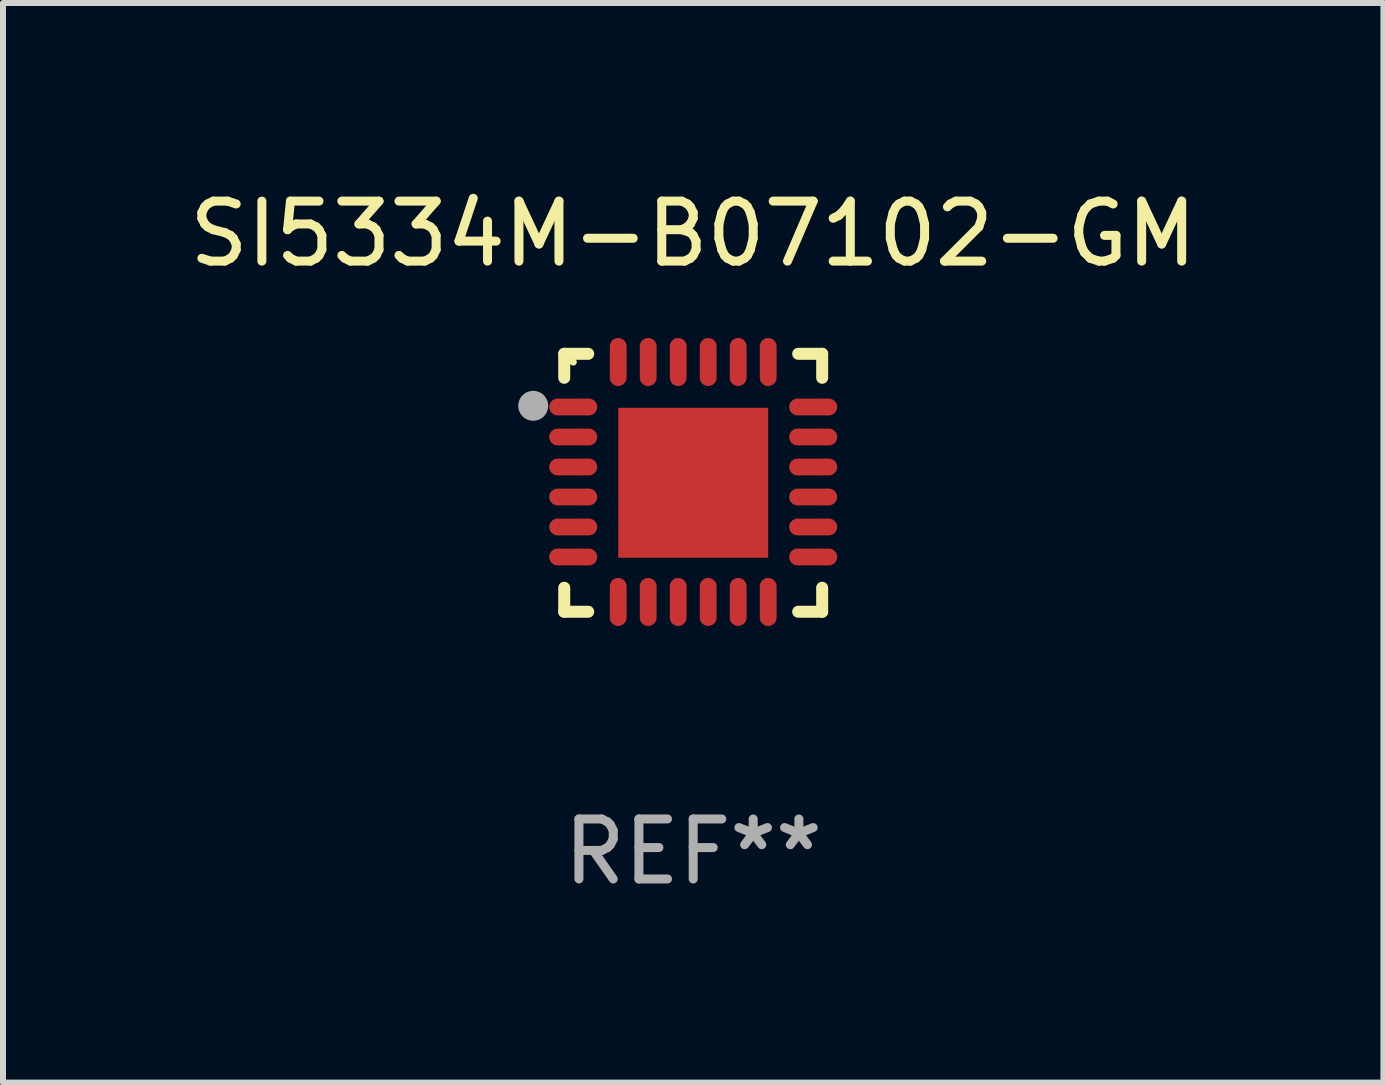
<source format=kicad_pcb>
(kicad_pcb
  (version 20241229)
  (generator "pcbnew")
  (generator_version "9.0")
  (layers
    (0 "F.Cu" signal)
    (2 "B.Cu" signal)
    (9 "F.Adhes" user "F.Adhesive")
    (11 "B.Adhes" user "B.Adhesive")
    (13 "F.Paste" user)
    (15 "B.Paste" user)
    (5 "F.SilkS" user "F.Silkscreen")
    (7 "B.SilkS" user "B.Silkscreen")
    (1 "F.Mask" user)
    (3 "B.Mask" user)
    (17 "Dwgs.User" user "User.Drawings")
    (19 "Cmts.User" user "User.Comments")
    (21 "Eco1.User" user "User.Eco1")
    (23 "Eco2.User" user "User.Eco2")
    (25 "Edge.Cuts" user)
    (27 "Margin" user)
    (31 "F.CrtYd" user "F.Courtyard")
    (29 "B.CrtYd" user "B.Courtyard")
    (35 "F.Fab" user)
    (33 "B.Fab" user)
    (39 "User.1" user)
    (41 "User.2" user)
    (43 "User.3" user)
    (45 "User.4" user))
  (footprint "SI5334M-B07102-GM"
    (layer "F.Cu")
    (at 8.506 4.998)
    (property "Reference" "SI5334M-B07102-GM" (at 0 -4.15 0) (layer "F.SilkS") (effects (font (size 1 1) (thickness 0.15))))
    (attr through_hole)
    (fp_line (start -2.15 -2.15) (end -1.75 -2.15) (stroke (width 0.2) (type solid)) (layer "F.SilkS"))
    (fp_line (start -2.15 -1.75) (end -2.15 -2.15) (stroke (width 0.2) (type solid)) (layer "F.SilkS"))
    (fp_line (start -2.15 2.15) (end -2.15 1.75) (stroke (width 0.2) (type solid)) (layer "F.SilkS"))
    (fp_line (start -1.75 2.15) (end -2.15 2.15) (stroke (width 0.2) (type solid)) (layer "F.SilkS"))
    (fp_line (start 1.75 -2.15) (end 2.15 -2.15) (stroke (width 0.2) (type solid)) (layer "F.SilkS"))
    (fp_line (start 1.75 2.15) (end 2.15 2.15) (stroke (width 0.2) (type solid)) (layer "F.SilkS"))
    (fp_line (start 2.15 -2.15) (end 2.15 -1.75) (stroke (width 0.2) (type solid)) (layer "F.SilkS"))
    (fp_line (start 2.15 2.15) (end 2.15 1.75) (stroke (width 0.2) (type solid)) (layer "F.SilkS"))
    (fp_circle (center -2 -2.013) (end -1.97 -2.013) (stroke (width 0.06) (type solid)) (fill no) (layer "F.SilkS"))
    (fp_circle (center -2.667 -1.283) (end -2.542 -1.283) (stroke (width 0.25) (type solid)) (fill no) (layer "F.Fab"))
    (fp_text user "REF**" (at 0 6.15 0) (layer "F.Fab") (effects (font (size 1 1) (thickness 0.15))))
    (pad "1" smd oval (at -2 -1.263) (size 0.8 0.28) (layers "F.Cu" "F.Mask" "F.Paste"))
    (pad "2" smd oval (at -2 -0.763) (size 0.8 0.28) (layers "F.Cu" "F.Mask" "F.Paste"))
    (pad "3" smd oval (at -2 -0.263) (size 0.8 0.28) (layers "F.Cu" "F.Mask" "F.Paste"))
    (pad "4" smd oval (at -2 0.237) (size 0.8 0.28) (layers "F.Cu" "F.Mask" "F.Paste"))
    (pad "5" smd oval (at -2 0.737) (size 0.8 0.28) (layers "F.Cu" "F.Mask" "F.Paste"))
    (pad "6" smd oval (at -2 1.237) (size 0.8 0.28) (layers "F.Cu" "F.Mask" "F.Paste"))
    (pad "7" smd oval (at -1.25 1.987) (size 0.28 0.8) (layers "F.Cu" "F.Mask" "F.Paste"))
    (pad "8" smd oval (at -0.75 1.987) (size 0.28 0.8) (layers "F.Cu" "F.Mask" "F.Paste"))
    (pad "9" smd oval (at -0.25 1.987) (size 0.28 0.8) (layers "F.Cu" "F.Mask" "F.Paste"))
    (pad "10" smd oval (at 0.25 1.987) (size 0.28 0.8) (layers "F.Cu" "F.Mask" "F.Paste"))
    (pad "11" smd oval (at 0.75 1.987) (size 0.28 0.8) (layers "F.Cu" "F.Mask" "F.Paste"))
    (pad "12" smd oval (at 1.25 1.987) (size 0.28 0.8) (layers "F.Cu" "F.Mask" "F.Paste"))
    (pad "13" smd oval (at 2 1.237) (size 0.8 0.28) (layers "F.Cu" "F.Mask" "F.Paste"))
    (pad "14" smd oval (at 2 0.737) (size 0.8 0.28) (layers "F.Cu" "F.Mask" "F.Paste"))
    (pad "15" smd oval (at 2 0.237) (size 0.8 0.28) (layers "F.Cu" "F.Mask" "F.Paste"))
    (pad "16" smd oval (at 2 -0.263) (size 0.8 0.28) (layers "F.Cu" "F.Mask" "F.Paste"))
    (pad "17" smd oval (at 2 -0.763) (size 0.8 0.28) (layers "F.Cu" "F.Mask" "F.Paste"))
    (pad "18" smd oval (at 2 -1.263) (size 0.8 0.28) (layers "F.Cu" "F.Mask" "F.Paste"))
    (pad "19" smd oval (at 1.25 -2.013) (size 0.28 0.8) (layers "F.Cu" "F.Mask" "F.Paste"))
    (pad "20" smd oval (at 0.75 -2.013) (size 0.28 0.8) (layers "F.Cu" "F.Mask" "F.Paste"))
    (pad "21" smd oval (at 0.25 -2.013) (size 0.28 0.8) (layers "F.Cu" "F.Mask" "F.Paste"))
    (pad "22" smd oval (at -0.25 -2.013) (size 0.28 0.8) (layers "F.Cu" "F.Mask" "F.Paste"))
    (pad "23" smd oval (at -0.75 -2.013) (size 0.28 0.8) (layers "F.Cu" "F.Mask" "F.Paste"))
    (pad "24" smd oval (at -1.25 -2.013) (size 0.28 0.8) (layers "F.Cu" "F.Mask" "F.Paste"))
    (pad "25" smd rect (at -0.000127 -0.00014) (size 2.5 2.5) (layers "F.Cu" "F.Mask" "F.Paste")))
  (gr_rect
    (start -3 -3)
    (end 20.012 14.997)
    (stroke (width 0.1) (type default))
    (fill no)
    (layer "Edge.Cuts")))
</source>
